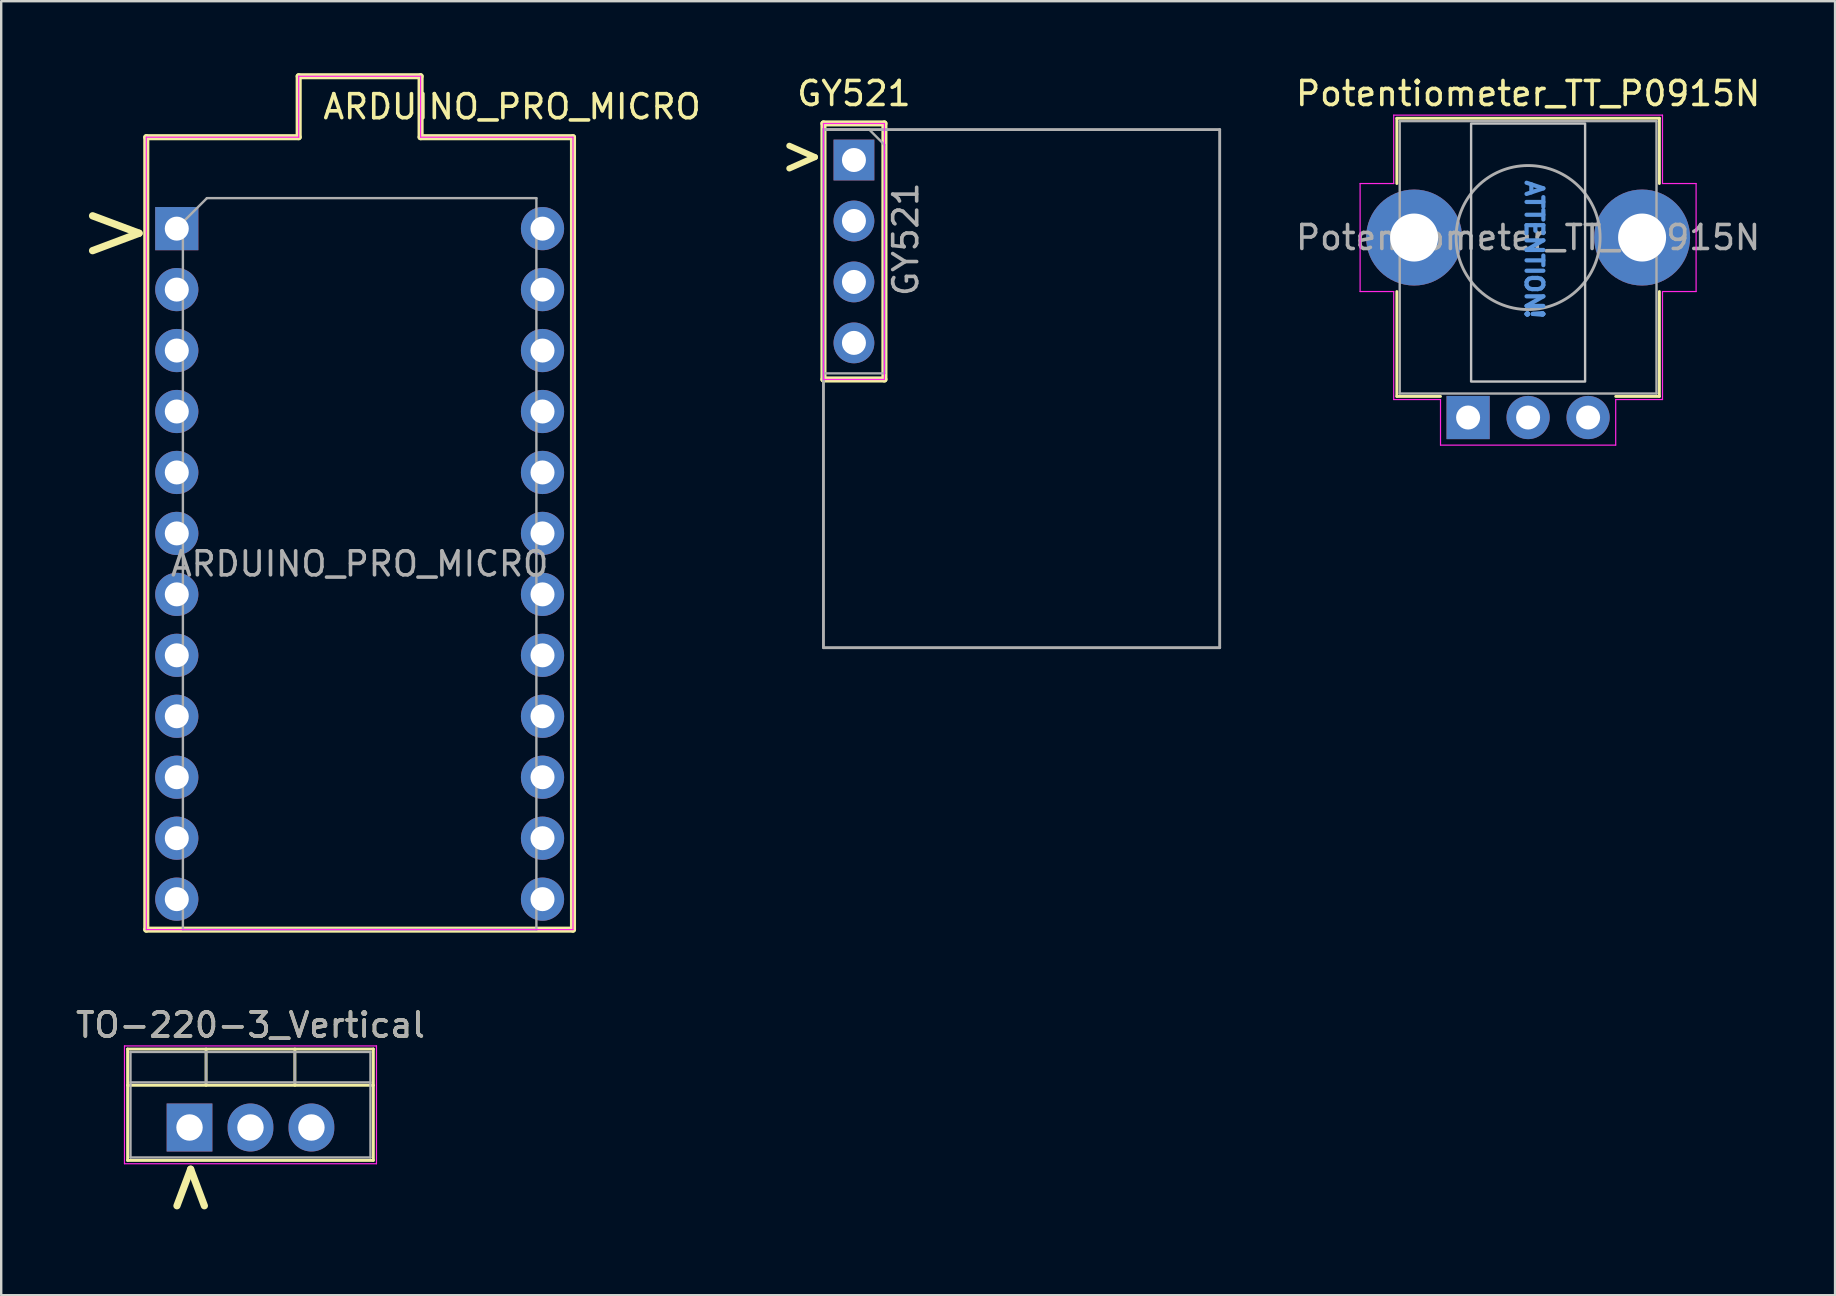
<source format=kicad_pcb>
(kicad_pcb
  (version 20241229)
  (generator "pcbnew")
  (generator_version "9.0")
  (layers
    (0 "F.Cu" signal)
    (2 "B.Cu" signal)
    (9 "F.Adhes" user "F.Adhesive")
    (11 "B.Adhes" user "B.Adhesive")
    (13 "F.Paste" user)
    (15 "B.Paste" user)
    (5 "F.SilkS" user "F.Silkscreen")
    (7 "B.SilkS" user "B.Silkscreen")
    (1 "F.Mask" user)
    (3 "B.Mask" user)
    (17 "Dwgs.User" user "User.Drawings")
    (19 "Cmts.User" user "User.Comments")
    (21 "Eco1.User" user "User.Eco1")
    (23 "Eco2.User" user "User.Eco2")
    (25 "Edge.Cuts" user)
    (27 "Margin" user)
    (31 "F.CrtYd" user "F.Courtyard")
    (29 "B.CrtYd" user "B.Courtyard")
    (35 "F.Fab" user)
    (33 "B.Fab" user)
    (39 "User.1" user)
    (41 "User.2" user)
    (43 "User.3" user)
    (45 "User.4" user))
  (footprint "TO-220-3_Vertical"
    (layer "F.Cu")
    (at 4.847 43.932)
    (property "Reference" "TO-220-3_Vertical" (at 2.54 -4.27 0) (layer "F.SilkS") (effects (font (size 1 1) (thickness 0.15))))
    (attr through_hole)
    (fp_line (start -2.58 -3.27) (end -2.58 1.371) (stroke (width 0.12) (type solid)) (layer "F.SilkS"))
    (fp_line (start -2.58 -3.27) (end 7.66 -3.27) (stroke (width 0.12) (type solid)) (layer "F.SilkS"))
    (fp_line (start -2.58 -1.76) (end 7.66 -1.76) (stroke (width 0.12) (type solid)) (layer "F.SilkS"))
    (fp_line (start -2.58 1.371) (end 7.66 1.371) (stroke (width 0.12) (type solid)) (layer "F.SilkS"))
    (fp_line (start 0.69 -3.27) (end 0.69 -1.76) (stroke (width 0.12) (type solid)) (layer "F.SilkS"))
    (fp_line (start 4.391 -3.27) (end 4.391 -1.76) (stroke (width 0.12) (type solid)) (layer "F.SilkS"))
    (fp_line (start 7.66 -3.27) (end 7.66 1.371) (stroke (width 0.12) (type solid)) (layer "F.SilkS"))
    (fp_line (start -2.71 -3.4) (end -2.71 1.51) (stroke (width 0.05) (type solid)) (layer "F.CrtYd"))
    (fp_line (start -2.71 1.51) (end 7.79 1.51) (stroke (width 0.05) (type solid)) (layer "F.CrtYd"))
    (fp_line (start 7.79 -3.4) (end -2.71 -3.4) (stroke (width 0.05) (type solid)) (layer "F.CrtYd"))
    (fp_line (start 7.79 1.51) (end 7.79 -3.4) (stroke (width 0.05) (type solid)) (layer "F.CrtYd"))
    (fp_line (start -2.46 -3.15) (end -2.46 1.25) (stroke (width 0.1) (type solid)) (layer "F.Fab"))
    (fp_line (start -2.46 -1.88) (end 7.54 -1.88) (stroke (width 0.1) (type solid)) (layer "F.Fab"))
    (fp_line (start -2.46 1.25) (end 7.54 1.25) (stroke (width 0.1) (type solid)) (layer "F.Fab"))
    (fp_line (start 0.69 -3.15) (end 0.69 -1.88) (stroke (width 0.1) (type solid)) (layer "F.Fab"))
    (fp_line (start 4.39 -3.15) (end 4.39 -1.88) (stroke (width 0.1) (type solid)) (layer "F.Fab"))
    (fp_line (start 7.54 -3.15) (end -2.46 -3.15) (stroke (width 0.1) (type solid)) (layer "F.Fab"))
    (fp_line (start 7.54 1.25) (end 7.54 -3.15) (stroke (width 0.1) (type solid)) (layer "F.Fab"))
    (fp_text user ">" (at -0.1 2.5 90) (unlocked yes) (layer "F.SilkS") (effects (font (size 2 2) (thickness 0.3))))
    (fp_text user "${REFERENCE}" (at 2.54 -4.27 0) (layer "F.Fab") (effects (font (size 1 1) (thickness 0.15))))
    (pad "1" thru_hole rect (at 0 0) (size 1.905 2) (drill 1.1) (layers "*.Cu" "*.Mask"))
    (pad "2" thru_hole oval (at 2.54 0) (size 1.905 2) (drill 1.1) (layers "*.Cu" "*.Mask"))
    (pad "3" thru_hole oval (at 5.08 0) (size 1.905 2) (drill 1.1) (layers "*.Cu" "*.Mask")))
  (footprint "ARDUINO_PRO_MICRO"
    (layer "F.Cu")
    (at 4.316 6.477)
    (property "Reference" "ARDUINO_PRO_MICRO" (at 13.97 -5.08 0) (layer "F.SilkS") (effects (font (size 1 1) (thickness 0.15))))
    (attr through_hole)
    (fp_line (start -1.27 -3.81) (end 5.08 -3.81) (stroke (width 0.254) (type solid)) (layer "F.SilkS"))
    (fp_line (start -1.27 29.21) (end -1.27 -3.81) (stroke (width 0.254) (type solid)) (layer "F.SilkS"))
    (fp_line (start 5.08 -6.35) (end 10.16 -6.35) (stroke (width 0.254) (type solid)) (layer "F.SilkS"))
    (fp_line (start 5.08 -3.81) (end 5.08 -6.35) (stroke (width 0.254) (type solid)) (layer "F.SilkS"))
    (fp_line (start 10.16 -6.35) (end 10.16 -3.81) (stroke (width 0.254) (type solid)) (layer "F.SilkS"))
    (fp_line (start 10.16 -3.81) (end 16.51 -3.81) (stroke (width 0.254) (type solid)) (layer "F.SilkS"))
    (fp_line (start 16.51 -3.81) (end 16.51 29.21) (stroke (width 0.254) (type solid)) (layer "F.SilkS"))
    (fp_line (start 16.51 29.21) (end -1.27 29.21) (stroke (width 0.254) (type solid)) (layer "F.SilkS"))
    (fp_line (start -1.27 -3.81) (end 5.08 -3.81) (stroke (width 0.05) (type solid)) (layer "F.CrtYd"))
    (fp_line (start -1.27 29.21) (end -1.27 -3.81) (stroke (width 0.05) (type solid)) (layer "F.CrtYd"))
    (fp_line (start 5.08 -6.35) (end 10.16 -6.35) (stroke (width 0.05) (type solid)) (layer "F.CrtYd"))
    (fp_line (start 5.08 -3.81) (end 5.08 -6.35) (stroke (width 0.05) (type solid)) (layer "F.CrtYd"))
    (fp_line (start 10.16 -6.35) (end 10.16 -3.81) (stroke (width 0.05) (type solid)) (layer "F.CrtYd"))
    (fp_line (start 10.16 -3.81) (end 16.51 -3.81) (stroke (width 0.05) (type solid)) (layer "F.CrtYd"))
    (fp_line (start 16.51 -3.81) (end 16.51 29.21) (stroke (width 0.05) (type solid)) (layer "F.CrtYd"))
    (fp_line (start 16.51 29.21) (end -1.27 29.21) (stroke (width 0.05) (type solid)) (layer "F.CrtYd"))
    (fp_line (start 0.255 -0.27) (end 1.255 -1.27) (stroke (width 0.1) (type solid)) (layer "F.Fab"))
    (fp_line (start 0.255 29.21) (end 0.255 -0.27) (stroke (width 0.1) (type solid)) (layer "F.Fab"))
    (fp_line (start 1.255 -1.27) (end 14.985 -1.27) (stroke (width 0.1) (type solid)) (layer "F.Fab"))
    (fp_line (start 14.985 -1.27) (end 14.985 29.21) (stroke (width 0.1) (type solid)) (layer "F.Fab"))
    (fp_line (start 14.985 29.21) (end 0.255 29.21) (stroke (width 0.1) (type solid)) (layer "F.Fab"))
    (fp_text user ">" (at -2.54 0 0) (unlocked yes) (layer "F.SilkS") (effects (font (size 2.54 2.54) (thickness 0.305))))
    (fp_text user "${REFERENCE}" (at 7.62 13.97 0) (layer "F.Fab") (effects (font (size 1 1) (thickness 0.15))))
    (pad "1" thru_hole rect (at 0 0) (size 1.8 1.8) (drill 1) (layers "*.Cu" "*.Mask"))
    (pad "2" thru_hole circle (at 0 2.54) (size 1.8 1.8) (drill 1) (layers "*.Cu" "*.Mask"))
    (pad "3" thru_hole circle (at 0 5.08) (size 1.8 1.8) (drill 1) (layers "*.Cu" "*.Mask"))
    (pad "4" thru_hole circle (at 0 7.62) (size 1.8 1.8) (drill 1) (layers "*.Cu" "*.Mask"))
    (pad "5" thru_hole circle (at 0 10.16) (size 1.8 1.8) (drill 1) (layers "*.Cu" "*.Mask"))
    (pad "6" thru_hole circle (at 0 12.7) (size 1.8 1.8) (drill 1) (layers "*.Cu" "*.Mask"))
    (pad "7" thru_hole circle (at 0 15.24) (size 1.8 1.8) (drill 1) (layers "*.Cu" "*.Mask"))
    (pad "8" thru_hole circle (at 0 17.78) (size 1.8 1.8) (drill 1) (layers "*.Cu" "*.Mask"))
    (pad "9" thru_hole circle (at 0 20.32) (size 1.8 1.8) (drill 1) (layers "*.Cu" "*.Mask"))
    (pad "10" thru_hole circle (at 0 22.86) (size 1.8 1.8) (drill 1) (layers "*.Cu" "*.Mask"))
    (pad "11" thru_hole circle (at 0 25.4) (size 1.8 1.8) (drill 1) (layers "*.Cu" "*.Mask"))
    (pad "12" thru_hole circle (at 0 27.94) (size 1.8 1.8) (drill 1) (layers "*.Cu" "*.Mask"))
    (pad "13" thru_hole circle (at 15.24 27.94) (size 1.8 1.8) (drill 1) (layers "*.Cu" "*.Mask"))
    (pad "14" thru_hole circle (at 15.24 25.4) (size 1.8 1.8) (drill 1) (layers "*.Cu" "*.Mask"))
    (pad "15" thru_hole circle (at 15.24 22.86) (size 1.8 1.8) (drill 1) (layers "*.Cu" "*.Mask"))
    (pad "16" thru_hole circle (at 15.24 20.32) (size 1.8 1.8) (drill 1) (layers "*.Cu" "*.Mask"))
    (pad "17" thru_hole circle (at 15.24 17.78) (size 1.8 1.8) (drill 1) (layers "*.Cu" "*.Mask"))
    (pad "18" thru_hole circle (at 15.24 15.24) (size 1.8 1.8) (drill 1) (layers "*.Cu" "*.Mask"))
    (pad "19" thru_hole circle (at 15.24 12.7) (size 1.8 1.8) (drill 1) (layers "*.Cu" "*.Mask"))
    (pad "20" thru_hole circle (at 15.24 10.16) (size 1.8 1.8) (drill 1) (layers "*.Cu" "*.Mask"))
    (pad "21" thru_hole circle (at 15.24 7.62) (size 1.8 1.8) (drill 1) (layers "*.Cu" "*.Mask"))
    (pad "22" thru_hole circle (at 15.24 5.08) (size 1.8 1.8) (drill 1) (layers "*.Cu" "*.Mask"))
    (pad "23" thru_hole circle (at 15.24 2.54) (size 1.8 1.8) (drill 1) (layers "*.Cu" "*.Mask"))
    (pad "24" thru_hole circle (at 15.24 0) (size 1.8 1.8) (drill 1) (layers "*.Cu" "*.Mask")))
  (footprint "Potentiometer_TT_P0915N"
    (layer "F.Cu")
    (at 58.125 14.348)
    (property "Reference" "Potentiometer_TT_P0915N" (at 2.5 -13.5 0) (layer "F.SilkS") (effects (font (size 1 1) (thickness 0.15))))
    (attr through_hole)
    (fp_line (start -2.97 -12.47) (end -2.97 -9.75) (stroke (width 0.12) (type solid)) (layer "F.SilkS"))
    (fp_line (start -2.97 -5.25) (end -2.97 -0.88) (stroke (width 0.12) (type solid)) (layer "F.SilkS"))
    (fp_line (start -1.15 -0.88) (end -2.97 -0.88) (stroke (width 0.12) (type solid)) (layer "F.SilkS"))
    (fp_line (start 7.97 -12.47) (end -2.97 -12.47) (stroke (width 0.12) (type solid)) (layer "F.SilkS"))
    (fp_line (start 7.97 -12.47) (end 7.97 -9.75) (stroke (width 0.12) (type solid)) (layer "F.SilkS"))
    (fp_line (start 7.97 -5.25) (end 7.97 -0.88) (stroke (width 0.12) (type solid)) (layer "F.SilkS"))
    (fp_line (start 7.97 -0.88) (end 6.15 -0.88) (stroke (width 0.12) (type solid)) (layer "F.SilkS"))
    (fp_poly (pts (xy 4.875 -1.5) (xy 0.125 -1.5) (xy 0.125 -12.25) (xy 4.875 -12.25)) (stroke (width 0.1) (type solid)) (fill no) (layer "Dwgs.User"))
    (fp_line (start -4.5 -5.25) (end -4.5 -9.75) (stroke (width 0.05) (type solid)) (layer "F.CrtYd"))
    (fp_line (start -3.1 -12.6) (end 8.1 -12.6) (stroke (width 0.05) (type solid)) (layer "F.CrtYd"))
    (fp_line (start -3.1 -9.75) (end -4.5 -9.75) (stroke (width 0.05) (type solid)) (layer "F.CrtYd"))
    (fp_line (start -3.1 -9.75) (end -3.1 -12.6) (stroke (width 0.05) (type solid)) (layer "F.CrtYd"))
    (fp_line (start -3.1 -5.25) (end -4.5 -5.25) (stroke (width 0.05) (type solid)) (layer "F.CrtYd"))
    (fp_line (start -3.1 -0.75) (end -3.1 -5.25) (stroke (width 0.05) (type solid)) (layer "F.CrtYd"))
    (fp_line (start -1.15 -0.75) (end -3.1 -0.75) (stroke (width 0.05) (type solid)) (layer "F.CrtYd"))
    (fp_line (start -1.15 1.15) (end -1.15 -0.75) (stroke (width 0.05) (type solid)) (layer "F.CrtYd"))
    (fp_line (start 6.15 1.15) (end -1.15 1.15) (stroke (width 0.05) (type solid)) (layer "F.CrtYd"))
    (fp_line (start 6.15 1.15) (end 6.15 -0.75) (stroke (width 0.05) (type solid)) (layer "F.CrtYd"))
    (fp_line (start 8.1 -9.75) (end 8.1 -12.6) (stroke (width 0.05) (type solid)) (layer "F.CrtYd"))
    (fp_line (start 8.1 -0.75) (end 6.15 -0.75) (stroke (width 0.05) (type solid)) (layer "F.CrtYd"))
    (fp_line (start 8.1 -0.75) (end 8.1 -5.25) (stroke (width 0.05) (type solid)) (layer "F.CrtYd"))
    (fp_line (start 9.5 -9.75) (end 8.1 -9.75) (stroke (width 0.05) (type solid)) (layer "F.CrtYd"))
    (fp_line (start 9.5 -5.25) (end 8.1 -5.25) (stroke (width 0.05) (type solid)) (layer "F.CrtYd"))
    (fp_line (start 9.5 -5.25) (end 9.5 -9.75) (stroke (width 0.05) (type solid)) (layer "F.CrtYd"))
    (fp_line (start -2.85 -12.35) (end 7.85 -12.35) (stroke (width 0.1) (type solid)) (layer "F.Fab"))
    (fp_line (start -2.85 -1) (end -2.85 -12.35) (stroke (width 0.1) (type solid)) (layer "F.Fab"))
    (fp_line (start 7.85 -12.35) (end 7.85 -1) (stroke (width 0.1) (type solid)) (layer "F.Fab"))
    (fp_line (start 7.85 -1) (end -2.85 -1) (stroke (width 0.1) (type solid)) (layer "F.Fab"))
    (fp_circle (center 2.5 -7.5) (end 5.5 -7.5) (stroke (width 0.12) (type solid)) (fill no) (layer "F.Fab"))
    (fp_text user "ATTENTION!" (at 2.75 -7 270) (unlocked yes) (layer "Cmts.User") (effects (font (size 0.7 0.7) (thickness 0.175))))
    (fp_text user "${REFERENCE}" (at 2.5 -7.5 0) (layer "F.Fab") (effects (font (size 1 1) (thickness 0.15))))
    (pad "" thru_hole oval (at -2.25 -7.5) (size 4 4) (drill 2) (layers "*.Cu" "*.Mask"))
    (pad "" thru_hole oval (at 7.25 -7.5) (size 4 4) (drill 2) (layers "*.Cu" "*.Mask"))
    (pad "1" thru_hole rect (at 0 0) (size 1.8 1.8) (drill 1) (layers "*.Cu" "*.Mask"))
    (pad "2" thru_hole circle (at 2.5 0) (size 1.8 1.8) (drill 1) (layers "*.Cu" "*.Mask"))
    (pad "3" thru_hole circle (at 5 0) (size 1.8 1.8) (drill 1) (layers "*.Cu" "*.Mask")))
  (footprint "GY521"
    (layer "F.Cu")
    (at 32.533 3.618)
    (property "Reference" "GY521" (at 0 -2.77 0) (layer "F.SilkS") (effects (font (size 1 1) (thickness 0.15))))
    (attr through_hole)
    (fp_line (start -1.27 -1.524) (end 1.27 -1.524) (stroke (width 0.254) (type solid)) (layer "F.SilkS"))
    (fp_line (start -1.27 9.144) (end -1.27 -1.524) (stroke (width 0.254) (type solid)) (layer "F.SilkS"))
    (fp_line (start 1.27 -1.524) (end 1.27 9.144) (stroke (width 0.254) (type solid)) (layer "F.SilkS"))
    (fp_line (start 1.27 9.144) (end -1.27 9.144) (stroke (width 0.254) (type solid)) (layer "F.SilkS"))
    (fp_line (start -1.27 -1.524) (end 1.27 -1.524) (stroke (width 0.05) (type solid)) (layer "F.CrtYd"))
    (fp_line (start -1.27 9.144) (end -1.27 -1.524) (stroke (width 0.05) (type solid)) (layer "F.CrtYd"))
    (fp_line (start 1.27 -1.524) (end 1.27 9.144) (stroke (width 0.05) (type solid)) (layer "F.CrtYd"))
    (fp_line (start 1.27 9.144) (end -1.27 9.144) (stroke (width 0.05) (type solid)) (layer "F.CrtYd"))
    (fp_line (start -1.27 -1.27) (end 0.635 -1.27) (stroke (width 0.1) (type solid)) (layer "F.Fab"))
    (fp_line (start -1.27 -1.27) (end 15.24 -1.27) (stroke (width 0.12) (type solid)) (layer "F.Fab"))
    (fp_line (start -1.27 8.89) (end -1.27 -1.27) (stroke (width 0.1) (type solid)) (layer "F.Fab"))
    (fp_line (start -1.27 20.32) (end -1.27 -1.27) (stroke (width 0.12) (type solid)) (layer "F.Fab"))
    (fp_line (start -1.27 20.32) (end 15.24 20.32) (stroke (width 0.12) (type solid)) (layer "F.Fab"))
    (fp_line (start 0.635 -1.27) (end 1.27 -0.635) (stroke (width 0.1) (type solid)) (layer "F.Fab"))
    (fp_line (start 1.27 -0.635) (end 1.27 8.89) (stroke (width 0.1) (type solid)) (layer "F.Fab"))
    (fp_line (start 1.27 8.89) (end -1.27 8.89) (stroke (width 0.1) (type solid)) (layer "F.Fab"))
    (fp_line (start 15.24 -1.27) (end 15.24 20.32) (stroke (width 0.12) (type solid)) (layer "F.Fab"))
    (fp_text user "<" (at -2.159 0 180) (unlocked yes) (layer "F.SilkS") (effects (font (size 1.651 1.397) (thickness 0.254))))
    (fp_text user "${REFERENCE}" (at 2.159 3.302 90) (layer "F.Fab") (effects (font (size 1 1) (thickness 0.15))))
    (pad "1" thru_hole rect (at 0 0) (size 1.7 1.7) (drill 1) (layers "*.Cu" "*.Mask"))
    (pad "2" thru_hole oval (at 0 2.54) (size 1.7 1.7) (drill 1) (layers "*.Cu" "*.Mask"))
    (pad "3" thru_hole oval (at 0 5.08) (size 1.7 1.7) (drill 1) (layers "*.Cu" "*.Mask"))
    (pad "4" thru_hole oval (at 0 7.62) (size 1.7 1.7) (drill 1) (layers "*.Cu" "*.Mask")))
  (gr_rect
    (start -3 -3)
    (end 73.416 50.92)
    (stroke (width 0.1) (type default))
    (fill no)
    (layer "Edge.Cuts")))
</source>
